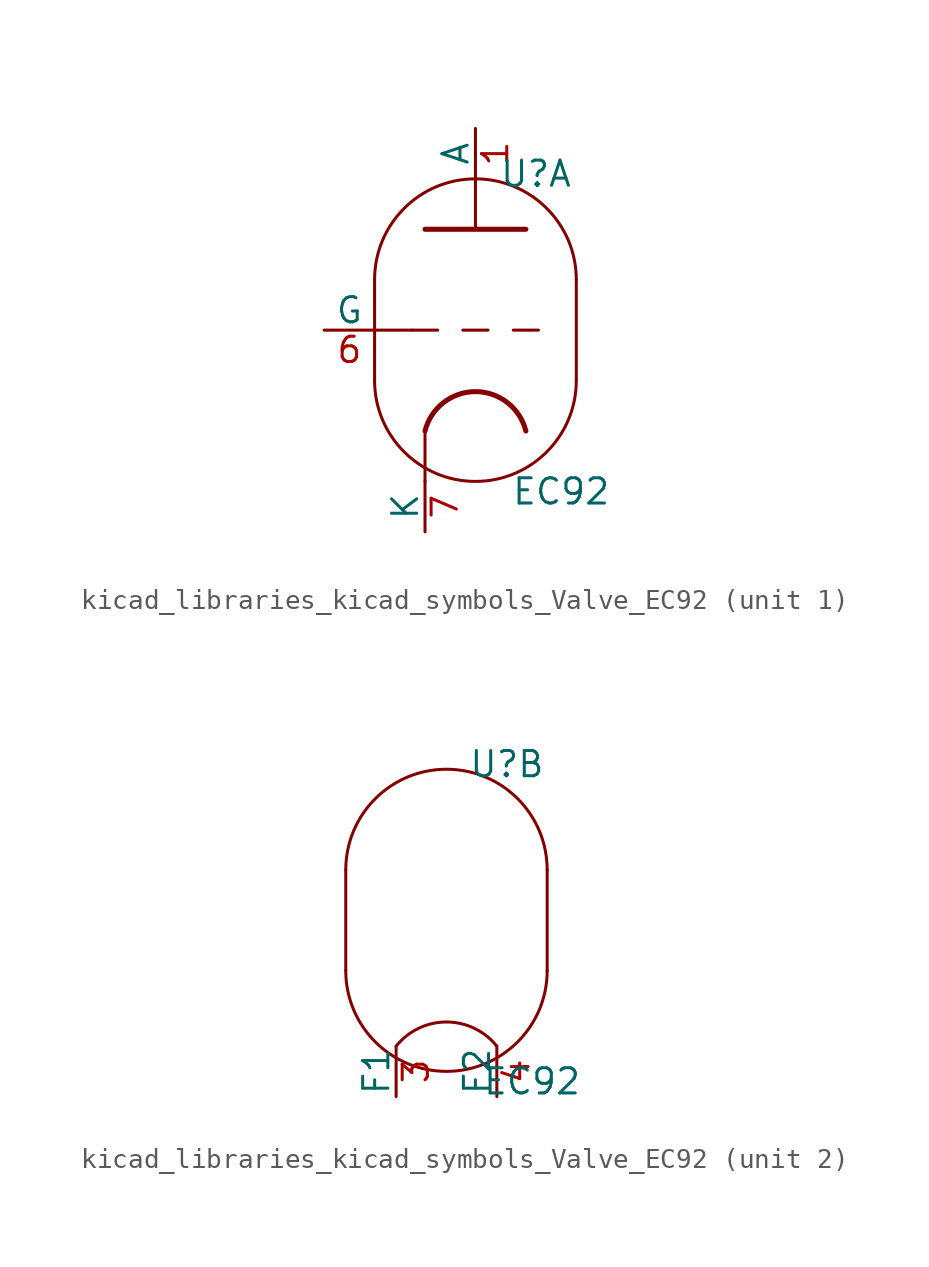
<source format=kicad_sym>
(kicad_symbol_lib
  (version 20220914)
  (generator kicad_symbol_editor)
  (symbol "kicad_libraries_kicad_symbols_Valve_EC92"
    (pin_names
      (offset 0))
    (property "Reference" "U"
      (at 3.048 7.874 0)
      (effects (font (size 1.27 1.27))))
    (property "Value" "EC92"
      (at 4.318 -8.128 0)
      (effects (font (size 1.27 1.27))))
    (property "ki_locked" ""
      (at 0 0 0)
      (effects (font (size 1.27 1.27))))
    (symbol "kicad_libraries_kicad_symbols_Valve_EC92_0_1"
      (arc (start -5.08 -2.54) (mid 0 -7.5979) (end 5.08 -2.54) (stroke (width 0) (type default)) (fill (type none)))
      (polyline (pts (xy 5.08 2.54) (xy 5.08 -2.54)) (stroke (width 0) (type default)) (fill (type none)))
      (polyline (pts (xy -5.08 2.54) (xy -5.08 -2.54) (xy -5.08 -2.54)) (stroke (width 0) (type default)) (fill (type none)))
      (arc (start 5.08 2.54) (mid 0 7.5979) (end -5.08 2.54) (stroke (width 0) (type default)) (fill (type none))))
    (symbol "kicad_libraries_kicad_symbols_Valve_EC92_1_0"
      (polyline (pts (xy -2.54 -5.08) (xy -2.54 -7.62)) (stroke (width 0) (type default)) (fill (type none)))
      (polyline (pts (xy -1.905 0) (xy -3.175 0)) (stroke (width 0.152) (type default)) (fill (type none)))
      (polyline (pts (xy -0.635 0) (xy 0.635 0)) (stroke (width 0.152) (type default)) (fill (type none)))
      (polyline (pts (xy 0 5.08) (xy 0 7.62)) (stroke (width 0) (type default)) (fill (type none)))
      (polyline (pts (xy 1.905 0) (xy 3.175 0)) (stroke (width 0.152) (type default)) (fill (type none))))
    (symbol "kicad_libraries_kicad_symbols_Valve_EC92_1_1"
      (polyline (pts (xy -5.08 0) (xy -3.175 0)) (stroke (width 0) (type default)) (fill (type none)))
      (polyline (pts (xy -2.54 5.08) (xy 2.54 5.08) (xy 2.54 5.08)) (stroke (width 0.254) (type default)) (fill (type none)))
      (arc (start 2.54 -5.08) (mid 0 -3.0968) (end -2.54 -5.08) (stroke (width 0.254) (type default)) (fill (type none)))
      (pin output line (at 0 10.16 270) (length 2.54) (name "A" (effects (font (size 1.27 1.27)))) (number "1" (effects (font (size 1.27 1.27)))))
      (pin input line (at -7.62 0 0) (length 2.54) (name "G" (effects (font (size 1.27 1.27)))) (number "6" (effects (font (size 1.27 1.27)))))
      (pin bidirectional line (at -2.54 -10.16 90) (length 2.54) (name "K" (effects (font (size 1.27 1.27)))) (number "7" (effects (font (size 1.27 1.27))))))
    (symbol "kicad_libraries_kicad_symbols_Valve_EC92_2_1"
      (arc (start 2.54 -6.35) (mid 0 -5.1292) (end -2.54 -6.35) (stroke (width 0) (type default)) (fill (type none)))
      (pin power_in line (at -2.54 -8.89 90) (length 2.54) (name "F1" (effects (font (size 1.27 1.27)))) (number "3" (effects (font (size 1.27 1.27)))))
      (pin power_in line (at 2.54 -8.89 90) (length 2.54) (name "F2" (effects (font (size 1.27 1.27)))) (number "4" (effects (font (size 1.27 1.27))))))))
</source>
